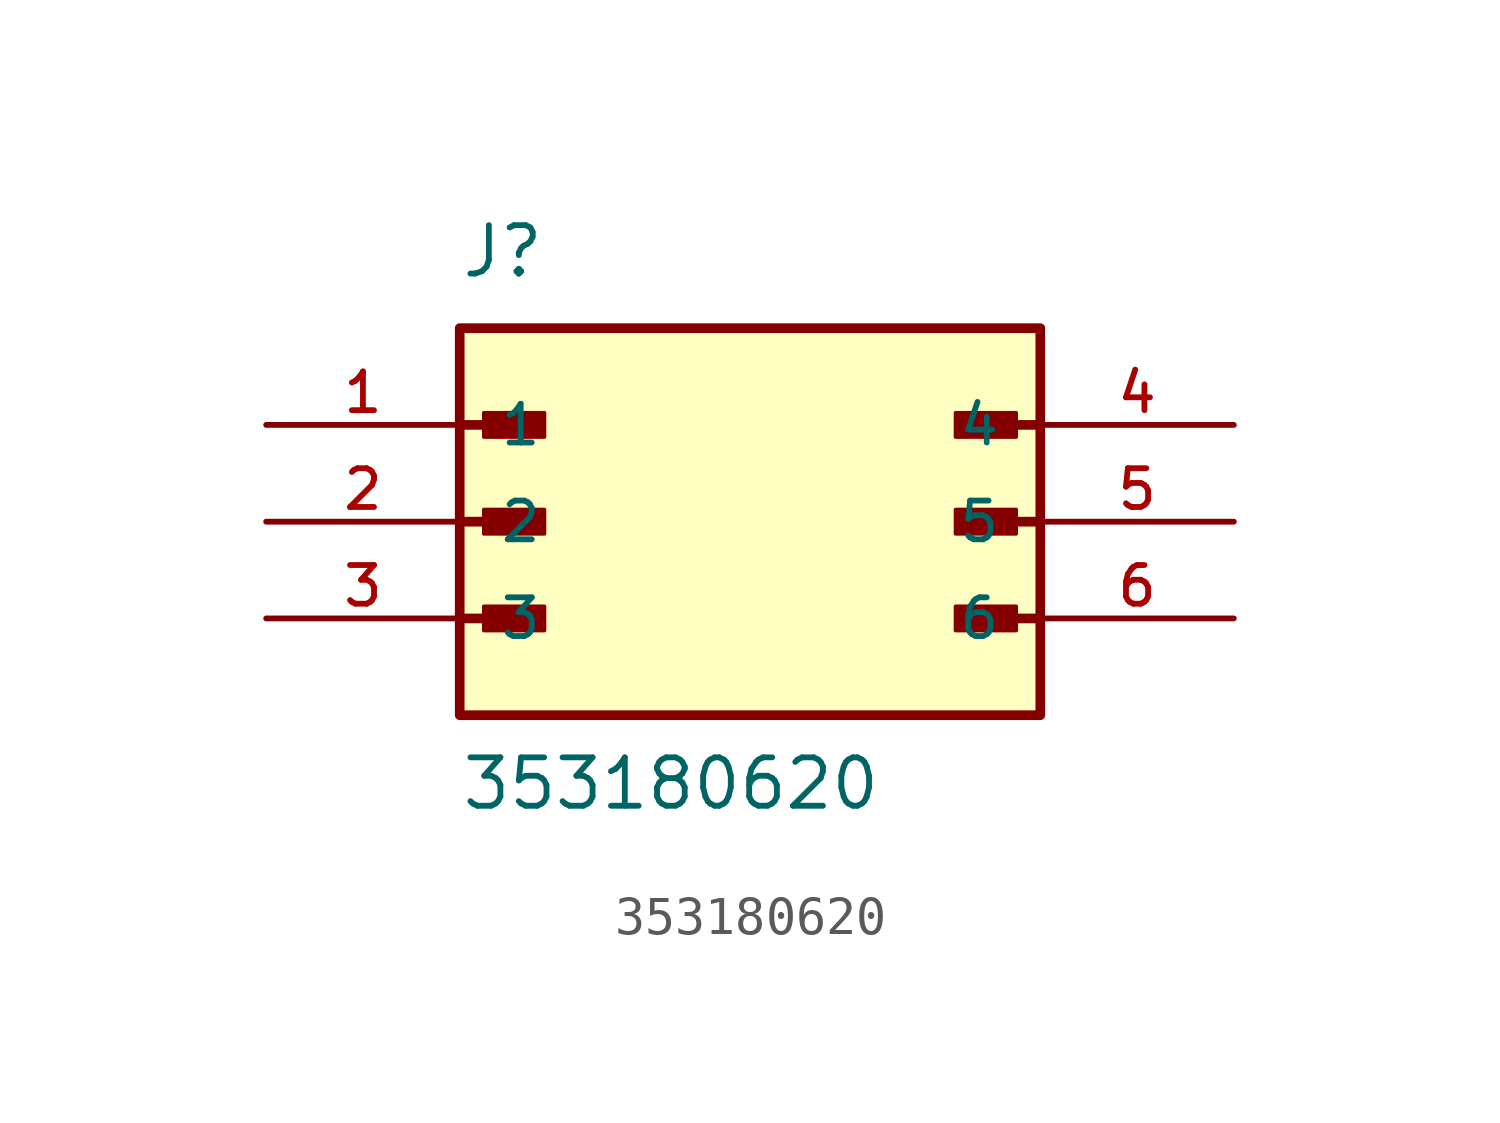
<source format=kicad_sym>
(kicad_symbol_lib
  (version 20231120)
  (generator "kicad_symbol_editor")
  (generator_version "8.0")
  (symbol "353180620"
    (pin_names
      (offset 1.016))
    (property "Reference" "J"
      (at -7.62 6.35 0)
      (effects (font (size 1.27 1.27)) (justify left bottom)))
    (property "Value" "353180620"
      (at -7.62 -7.62 0)
      (effects (font (size 1.27 1.27)) (justify left bottom)))
    (symbol "353180620_0_0"
      (rectangle (start -7.62 5.08) (end 7.62 -5.08) (stroke (width 0.254) (type default)) (fill (type background)))
      (rectangle (start -6.985 -2.857) (end -5.397 -2.223) (stroke (width 0.1) (type default)) (fill (type outline)))
      (rectangle (start -6.985 -0.318) (end -5.397 0.318) (stroke (width 0.1) (type default)) (fill (type outline)))
      (rectangle (start -6.985 2.223) (end -5.397 2.857) (stroke (width 0.1) (type default)) (fill (type outline)))
      (polyline (pts (xy -7.62 -2.54) (xy -5.715 -2.54)) (stroke (width 0.254) (type default)) (fill (type none)))
      (polyline (pts (xy -7.62 0) (xy -5.715 0)) (stroke (width 0.254) (type default)) (fill (type none)))
      (polyline (pts (xy -7.62 2.54) (xy -5.715 2.54)) (stroke (width 0.254) (type default)) (fill (type none)))
      (polyline (pts (xy 7.62 -2.54) (xy 5.715 -2.54)) (stroke (width 0.254) (type default)) (fill (type none)))
      (polyline (pts (xy 7.62 0) (xy 5.715 0)) (stroke (width 0.254) (type default)) (fill (type none)))
      (polyline (pts (xy 7.62 2.54) (xy 5.715 2.54)) (stroke (width 0.254) (type default)) (fill (type none)))
      (rectangle (start 5.397 -2.857) (end 6.985 -2.223) (stroke (width 0.1) (type default)) (fill (type outline)))
      (rectangle (start 5.397 -0.318) (end 6.985 0.318) (stroke (width 0.1) (type default)) (fill (type outline)))
      (rectangle (start 5.397 2.223) (end 6.985 2.857) (stroke (width 0.1) (type default)) (fill (type outline)))
      (pin passive line (at -12.7 2.54 0) (length 5.08) (name "1" (effects (font (size 1.016 1.016)))) (number "1" (effects (font (size 1.016 1.016)))))
      (pin passive line (at -12.7 0 0) (length 5.08) (name "2" (effects (font (size 1.016 1.016)))) (number "2" (effects (font (size 1.016 1.016)))))
      (pin passive line (at -12.7 -2.54 0) (length 5.08) (name "3" (effects (font (size 1.016 1.016)))) (number "3" (effects (font (size 1.016 1.016)))))
      (pin passive line (at 12.7 2.54 180) (length 5.08) (name "4" (effects (font (size 1.016 1.016)))) (number "4" (effects (font (size 1.016 1.016)))))
      (pin passive line (at 12.7 0 180) (length 5.08) (name "5" (effects (font (size 1.016 1.016)))) (number "5" (effects (font (size 1.016 1.016)))))
      (pin passive line (at 12.7 -2.54 180) (length 5.08) (name "6" (effects (font (size 1.016 1.016)))) (number "6" (effects (font (size 1.016 1.016))))))))
</source>
